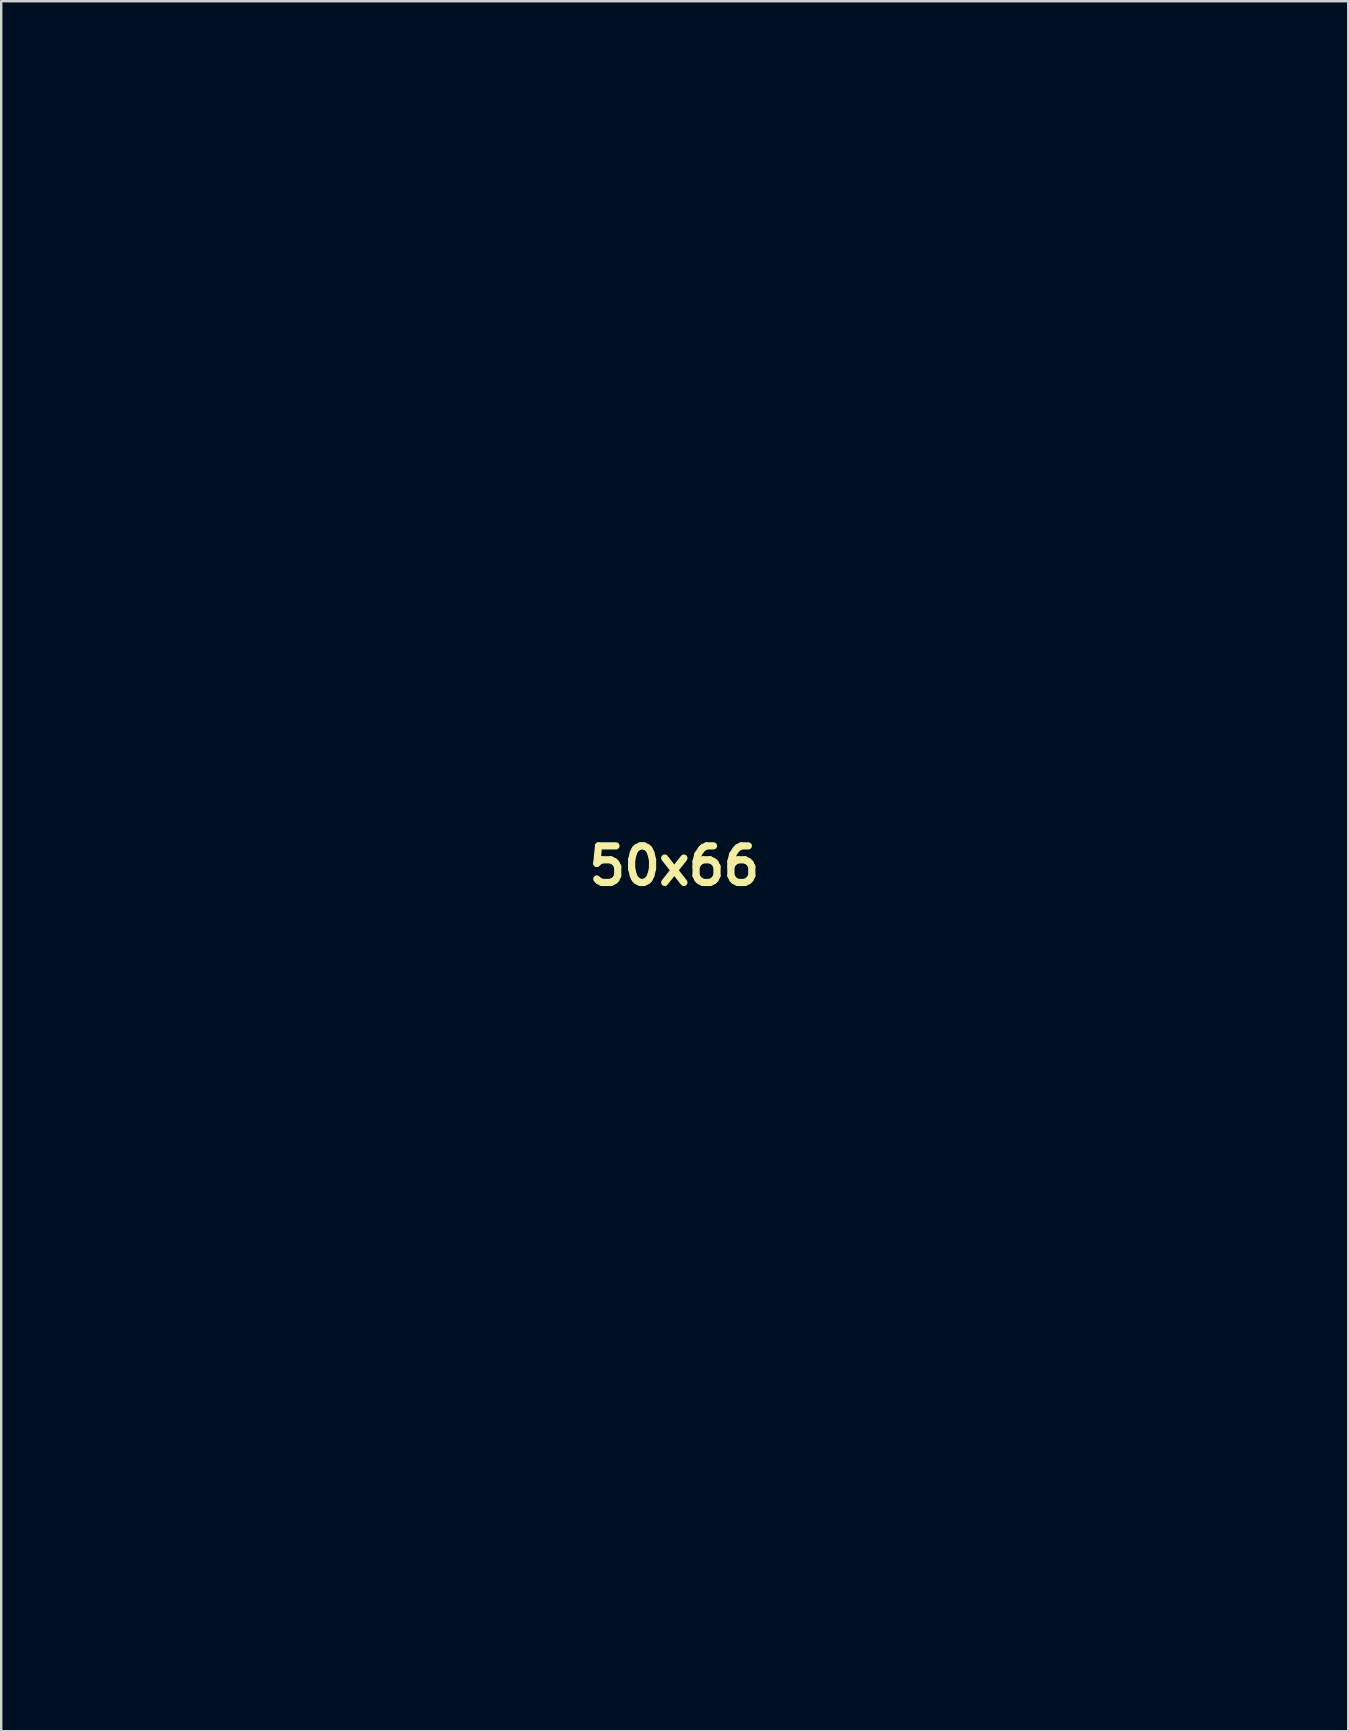
<source format=kicad_pcb>
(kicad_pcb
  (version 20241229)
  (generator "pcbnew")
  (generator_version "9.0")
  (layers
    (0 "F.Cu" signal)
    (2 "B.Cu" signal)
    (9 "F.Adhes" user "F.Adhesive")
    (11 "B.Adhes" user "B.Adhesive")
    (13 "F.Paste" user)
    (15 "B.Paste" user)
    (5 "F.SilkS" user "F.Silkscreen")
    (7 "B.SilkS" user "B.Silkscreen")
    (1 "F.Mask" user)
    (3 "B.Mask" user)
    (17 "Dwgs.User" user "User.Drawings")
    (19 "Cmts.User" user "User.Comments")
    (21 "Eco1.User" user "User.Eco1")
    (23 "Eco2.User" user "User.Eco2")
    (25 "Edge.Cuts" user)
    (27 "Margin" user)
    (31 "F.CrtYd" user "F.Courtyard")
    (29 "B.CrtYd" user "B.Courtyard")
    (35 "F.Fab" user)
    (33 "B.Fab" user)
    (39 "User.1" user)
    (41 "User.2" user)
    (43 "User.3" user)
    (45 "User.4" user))
  (footprint "50x66"
    (layer "F.Cu")
    (at 25.047 33.031)
    (property "Reference" "50x66" (at 0 0 0) (layer "F.SilkS") (effects (font (size 1.524 1.524) (thickness 0.3))))
    (attr board_only exclude_from_pos_files exclude_from_bom)
    (fp_poly (pts (xy 0.398 -32.981) (xy 0.987 -32.981) (xy 1.569 -32.98) (xy 2.139 -32.979) (xy 2.695 -32.978) (xy 3.232 -32.977) (xy 3.745 -32.975) (xy 4.231 -32.973) (xy 4.685 -32.971) (xy 5.104 -32.968) (xy 5.482 -32.965) (xy 5.817 -32.962) (xy 6.104 -32.959) (xy 6.338 -32.955) (xy 6.516 -32.951) (xy 6.634 -32.947) (xy 6.675 -32.944) (xy 7.293 -32.849) (xy 7.903 -32.69) (xy 8.496 -32.472) (xy 9.061 -32.197) (xy 9.325 -32.043) (xy 9.826 -31.693) (xy 10.296 -31.288) (xy 10.727 -30.836) (xy 11.113 -30.344) (xy 11.448 -29.821) (xy 11.721 -29.278) (xy 11.934 -28.728) (xy 12.085 -28.18) (xy 12.176 -27.623) (xy 12.211 -27.043) (xy 12.211 -26.966) (xy 12.212 -26.394) (xy 12.103 -26.164) (xy 11.945 -25.908) (xy 11.737 -25.69) (xy 11.489 -25.519) (xy 11.21 -25.401) (xy 11.09 -25.37) (xy 11.042 -25.367) (xy 10.929 -25.364) (xy 10.756 -25.361) (xy 10.524 -25.359) (xy 10.238 -25.356) (xy 9.899 -25.354) (xy 9.511 -25.352) (xy 9.078 -25.35) (xy 8.602 -25.348) (xy 8.086 -25.346) (xy 7.533 -25.344) (xy 6.947 -25.343) (xy 6.331 -25.341) (xy 5.687 -25.34) (xy 5.019 -25.339) (xy 4.33 -25.338) (xy 3.623 -25.337) (xy 2.9 -25.337) (xy 2.166 -25.336) (xy 1.423 -25.336) (xy 0.674 -25.335) (xy -0.078 -25.335) (xy -0.83 -25.335) (xy -1.578 -25.336) (xy -2.319 -25.336) (xy -3.051 -25.336) (xy -3.77 -25.337) (xy -4.474 -25.338) (xy -5.159 -25.339) (xy -5.822 -25.34) (xy -6.459 -25.341) (xy -7.069 -25.342) (xy -7.648 -25.344) (xy -8.193 -25.345) (xy -8.7 -25.347) (xy -9.167 -25.349) (xy -9.59 -25.351) (xy -9.967 -25.353) (xy -10.294 -25.355) (xy -10.569 -25.358) (xy -10.788 -25.361) (xy -10.948 -25.363) (xy -11.046 -25.366) (xy -11.077 -25.369) (xy -11.355 -25.457) (xy -11.607 -25.601) (xy -11.825 -25.795) (xy -12.001 -26.031) (xy -12.129 -26.299) (xy -12.183 -26.493) (xy -12.204 -26.612) (xy -12.217 -26.722) (xy -12.22 -26.842) (xy -12.215 -26.99) (xy -12.201 -27.182) (xy -12.197 -27.231) (xy -12.133 -27.783) (xy -12.031 -28.295) (xy -11.886 -28.785) (xy -11.694 -29.27) (xy -11.574 -29.527) (xy -11.26 -30.089) (xy -10.896 -30.609) (xy -10.484 -31.084) (xy -10.028 -31.512) (xy -9.533 -31.89) (xy -9 -32.217) (xy -8.434 -32.489) (xy -7.838 -32.704) (xy -7.215 -32.859) (xy -6.663 -32.944) (xy -6.589 -32.948) (xy -6.451 -32.952) (xy -6.254 -32.956) (xy -6.003 -32.96) (xy -5.7 -32.963) (xy -5.351 -32.966) (xy -4.959 -32.969) (xy -4.529 -32.971) (xy -4.064 -32.973) (xy -3.569 -32.975) (xy -3.047 -32.977) (xy -2.504 -32.978) (xy -1.943 -32.979) (xy -1.368 -32.98) (xy -0.784 -32.981) (xy -0.194 -32.981)) (stroke (width 0.1) (type solid)) (fill no) (layer "Eco1.User"))
    (fp_poly (pts (xy 21.958 -23.089) (xy 22.135 -23.085) (xy 22.277 -23.077) (xy 22.398 -23.063) (xy 22.513 -23.041) (xy 22.617 -23.016) (xy 23.058 -22.871) (xy 23.465 -22.667) (xy 23.837 -22.408) (xy 24.122 -22.145) (xy 24.389 -21.835) (xy 24.603 -21.513) (xy 24.774 -21.163) (xy 24.909 -20.769) (xy 24.924 -20.718) (xy 25.013 -20.397) (xy 25.022 -10.418) (xy 25.031 -0.438) (xy 23.076 -0.438) (xy 23.076 -10.184) (xy 23.076 -11.251) (xy 23.075 -12.252) (xy 23.075 -13.187) (xy 23.074 -14.059) (xy 23.073 -14.867) (xy 23.072 -15.613) (xy 23.071 -16.297) (xy 23.069 -16.922) (xy 23.068 -17.488) (xy 23.066 -17.996) (xy 23.064 -18.447) (xy 23.061 -18.842) (xy 23.059 -19.182) (xy 23.056 -19.469) (xy 23.053 -19.703) (xy 23.049 -19.885) (xy 23.046 -20.017) (xy 23.042 -20.099) (xy 23.039 -20.128) (xy 22.954 -20.415) (xy 22.814 -20.666) (xy 22.623 -20.876) (xy 22.383 -21.041) (xy 22.343 -21.061) (xy 22.227 -21.114) (xy 22.126 -21.148) (xy 22.016 -21.168) (xy 21.874 -21.18) (xy 21.788 -21.184) (xy 21.288 -21.173) (xy 20.771 -21.102) (xy 20.247 -20.974) (xy 19.724 -20.792) (xy 19.212 -20.559) (xy 18.719 -20.278) (xy 18.477 -20.116) (xy 18.298 -19.977) (xy 18.092 -19.796) (xy 17.874 -19.589) (xy 17.656 -19.367) (xy 17.453 -19.145) (xy 17.277 -18.936) (xy 17.172 -18.797) (xy 16.895 -18.359) (xy 16.649 -17.872) (xy 16.439 -17.35) (xy 16.272 -16.809) (xy 16.231 -16.641) (xy 16.156 -16.321) (xy 16.146 -6.847) (xy 16.135 2.628) (xy 25.03 2.628) (xy 25.021 13.753) (xy 25.021 14.783) (xy 25.02 15.747) (xy 25.019 16.649) (xy 25.018 17.49) (xy 25.017 18.272) (xy 25.016 18.997) (xy 25.015 19.668) (xy 25.014 20.287) (xy 25.013 20.856) (xy 25.012 21.377) (xy 25.011 21.853) (xy 25.01 22.284) (xy 25.008 22.675) (xy 25.006 23.026) (xy 25.005 23.34) (xy 25.003 23.619) (xy 25.001 23.866) (xy 24.998 24.082) (xy 24.996 24.27) (xy 24.993 24.431) (xy 24.99 24.569) (xy 24.987 24.684) (xy 24.983 24.78) (xy 24.98 24.858) (xy 24.976 24.921) (xy 24.971 24.971) (xy 24.967 25.009) (xy 24.962 25.039) (xy 24.957 25.062) (xy 24.954 25.072) (xy 24.811 25.435) (xy 24.615 25.758) (xy 24.37 26.038) (xy 24.079 26.272) (xy 23.744 26.455) (xy 23.623 26.504) (xy 23.529 26.537) (xy 23.44 26.561) (xy 23.344 26.577) (xy 23.223 26.587) (xy 23.064 26.593) (xy 22.857 26.598) (xy 22.663 26.6) (xy 22.485 26.6) (xy 22.336 26.598) (xy 22.232 26.594) (xy 22.2 26.592) (xy 21.939 26.561) (xy 21.729 26.534) (xy 21.554 26.51) (xy 21.399 26.485) (xy 21.246 26.457) (xy 21.155 26.44) (xy 20.435 26.263) (xy 19.728 26.023) (xy 19.04 25.722) (xy 18.378 25.363) (xy 17.746 24.949) (xy 17.151 24.484) (xy 16.669 24.043) (xy 16.141 23.473) (xy 15.669 22.868) (xy 15.254 22.227) (xy 14.897 21.552) (xy 14.598 20.843) (xy 14.357 20.101) (xy 14.175 19.326) (xy 14.125 19.05) (xy 14.121 19.021) (xy 14.117 18.988) (xy 14.112 18.949) (xy 14.109 18.904) (xy 14.105 18.85) (xy 14.101 18.786) (xy 14.098 18.709) (xy 14.095 18.618) (xy 14.092 18.512) (xy 14.09 18.388) (xy 14.087 18.245) (xy 14.085 18.081) (xy 14.083 17.894) (xy 14.081 17.683) (xy 14.079 17.446) (xy 14.077 17.18) (xy 14.075 16.886) (xy 14.074 16.559) (xy 14.073 16.2) (xy 14.072 15.805) (xy 14.07 15.374) (xy 14.07 14.905) (xy 14.069 14.395) (xy 14.068 13.844) (xy 14.067 13.249) (xy 14.067 12.608) (xy 14.066 11.921) (xy 14.066 11.185) (xy 14.065 10.398) (xy 14.065 9.558) (xy 14.065 8.665) (xy 14.065 7.716) (xy 14.065 6.709) (xy 14.064 5.643) (xy 14.064 4.516) (xy 14.064 3.327) (xy 14.064 2.072) (xy 14.064 1.246) (xy 14.064 -16.187) (xy 14.141 -16.608) (xy 14.304 -17.325) (xy 14.526 -18.015) (xy 14.806 -18.674) (xy 15.142 -19.3) (xy 15.53 -19.889) (xy 15.969 -20.44) (xy 16.457 -20.948) (xy 16.992 -21.412) (xy 17.57 -21.827) (xy 18.191 -22.191) (xy 18.41 -22.302) (xy 19.061 -22.588) (xy 19.712 -22.808) (xy 20.371 -22.963) (xy 21.043 -23.057) (xy 21.728 -23.089)) (stroke (width 0.1) (type solid)) (fill no) (layer "Eco1.User"))
    (fp_poly (pts (xy -21.308 -23.078) (xy -20.908 -23.048) (xy -20.52 -22.994) (xy -20.116 -22.912) (xy -19.897 -22.859) (xy -19.205 -22.65) (xy -18.541 -22.38) (xy -17.907 -22.051) (xy -17.307 -21.665) (xy -16.743 -21.224) (xy -16.217 -20.729) (xy -15.732 -20.182) (xy -15.545 -19.942) (xy -15.152 -19.363) (xy -14.814 -18.747) (xy -14.531 -18.094) (xy -14.304 -17.403) (xy -14.131 -16.673) (xy -14.109 -16.552) (xy -14.031 -16.119) (xy -14.031 1.213) (xy -14.031 2.545) (xy -14.031 3.811) (xy -14.031 5.013) (xy -14.031 6.153) (xy -14.031 7.231) (xy -14.032 8.249) (xy -14.032 9.21) (xy -14.033 10.113) (xy -14.033 10.962) (xy -14.034 11.758) (xy -14.035 12.501) (xy -14.036 13.194) (xy -14.036 13.838) (xy -14.038 14.435) (xy -14.039 14.987) (xy -14.04 15.494) (xy -14.041 15.958) (xy -14.043 16.382) (xy -14.045 16.766) (xy -14.046 17.112) (xy -14.048 17.421) (xy -14.05 17.696) (xy -14.052 17.937) (xy -14.055 18.146) (xy -14.057 18.326) (xy -14.06 18.476) (xy -14.062 18.599) (xy -14.065 18.697) (xy -14.068 18.771) (xy -14.072 18.822) (xy -14.074 18.848) (xy -14.215 19.624) (xy -14.41 20.362) (xy -14.66 21.066) (xy -14.968 21.743) (xy -15.336 22.397) (xy -15.767 23.032) (xy -15.862 23.16) (xy -16.015 23.348) (xy -16.208 23.566) (xy -16.429 23.802) (xy -16.666 24.042) (xy -16.906 24.275) (xy -17.137 24.488) (xy -17.346 24.669) (xy -17.467 24.765) (xy -18.111 25.215) (xy -18.773 25.601) (xy -19.457 25.924) (xy -20.166 26.187) (xy -20.905 26.39) (xy -21.627 26.528) (xy -21.828 26.553) (xy -22.061 26.574) (xy -22.312 26.588) (xy -22.569 26.597) (xy -22.817 26.6) (xy -23.043 26.597) (xy -23.235 26.588) (xy -23.378 26.571) (xy -23.42 26.563) (xy -23.768 26.44) (xy -24.084 26.261) (xy -24.364 26.028) (xy -24.603 25.747) (xy -24.797 25.421) (xy -24.916 25.131) (xy -24.922 25.112) (xy -24.927 25.09) (xy -24.932 25.062) (xy -24.937 25.026) (xy -24.942 24.98) (xy -24.946 24.923) (xy -24.95 24.85) (xy -24.953 24.761) (xy -24.956 24.654) (xy -24.959 24.526) (xy -24.962 24.374) (xy -24.965 24.198) (xy -24.967 23.994) (xy -24.969 23.76) (xy -24.971 23.495) (xy -24.973 23.196) (xy -24.974 22.861) (xy -24.976 22.487) (xy -24.977 22.074) (xy -24.979 21.617) (xy -24.98 21.116) (xy -24.981 20.568) (xy -24.982 19.971) (xy -24.983 19.323) (xy -24.983 18.621) (xy -24.984 17.864) (xy -24.985 17.048) (xy -24.986 16.173) (xy -24.987 15.236) (xy -24.987 14.235) (xy -24.988 13.786) (xy -24.996 2.628) (xy -16.102 2.628) (xy -16.103 -6.628) (xy -16.103 -7.579) (xy -16.103 -8.465) (xy -16.103 -9.288) (xy -16.103 -10.052) (xy -16.104 -10.758) (xy -16.104 -11.408) (xy -16.105 -12.007) (xy -16.106 -12.554) (xy -16.107 -13.055) (xy -16.108 -13.509) (xy -16.11 -13.921) (xy -16.112 -14.292) (xy -16.115 -14.626) (xy -16.118 -14.924) (xy -16.122 -15.188) (xy -16.126 -15.423) (xy -16.131 -15.629) (xy -16.136 -15.809) (xy -16.142 -15.966) (xy -16.149 -16.102) (xy -16.157 -16.219) (xy -16.165 -16.321) (xy -16.174 -16.409) (xy -16.184 -16.486) (xy -16.195 -16.555) (xy -16.207 -16.617) (xy -16.22 -16.675) (xy -16.234 -16.733) (xy -16.249 -16.791) (xy -16.265 -16.853) (xy -16.268 -16.867) (xy -16.455 -17.465) (xy -16.698 -18.031) (xy -16.996 -18.56) (xy -17.344 -19.05) (xy -17.741 -19.498) (xy -18.182 -19.901) (xy -18.666 -20.257) (xy -19.187 -20.562) (xy -19.745 -20.813) (xy -20.335 -21.007) (xy -20.684 -21.091) (xy -20.864 -21.125) (xy -21.041 -21.147) (xy -21.238 -21.161) (xy -21.473 -21.168) (xy -21.577 -21.169) (xy -21.779 -21.17) (xy -21.928 -21.168) (xy -22.035 -21.163) (xy -22.116 -21.152) (xy -22.182 -21.133) (xy -22.247 -21.105) (xy -22.308 -21.075) (xy -22.546 -20.918) (xy -22.751 -20.71) (xy -22.911 -20.463) (xy -22.917 -20.449) (xy -23.025 -20.23) (xy -23.034 -10.334) (xy -23.042 -0.438) (xy -24.997 -0.438) (xy -24.988 -10.451) (xy -24.979 -20.465) (xy -24.903 -20.734) (xy -24.743 -21.181) (xy -24.529 -21.591) (xy -24.264 -21.961) (xy -23.952 -22.288) (xy -23.597 -22.567) (xy -23.202 -22.795) (xy -22.772 -22.969) (xy -22.621 -23.014) (xy -22.51 -23.041) (xy -22.402 -23.061) (xy -22.284 -23.074) (xy -22.139 -23.082) (xy -21.954 -23.086) (xy -21.745 -23.087)) (stroke (width 0.1) (type solid)) (fill no) (layer "Eco1.User"))
    (fp_poly (pts (xy 4.404 -23.577) (xy 4.855 -23.576) (xy 5.262 -23.575) (xy 5.627 -23.573) (xy 5.953 -23.57) (xy 6.242 -23.567) (xy 6.497 -23.564) (xy 6.722 -23.559) (xy 6.919 -23.554) (xy 7.09 -23.548) (xy 7.239 -23.542) (xy 7.368 -23.534) (xy 7.48 -23.526) (xy 7.579 -23.516) (xy 7.666 -23.506) (xy 7.745 -23.494) (xy 7.818 -23.482) (xy 7.889 -23.468) (xy 7.959 -23.453) (xy 7.986 -23.447) (xy 8.533 -23.295) (xy 9.067 -23.082) (xy 9.58 -22.814) (xy 10.063 -22.495) (xy 10.505 -22.132) (xy 10.899 -21.73) (xy 10.9 -21.728) (xy 11.266 -21.258) (xy 11.578 -20.751) (xy 11.836 -20.205) (xy 12.041 -19.618) (xy 12.136 -19.261) (xy 12.21 -18.949) (xy 12.22 -9.634) (xy 12.221 -8.603) (xy 12.221 -7.638) (xy 12.222 -6.738) (xy 12.222 -5.902) (xy 12.222 -5.128) (xy 12.222 -4.415) (xy 12.221 -3.762) (xy 12.22 -3.167) (xy 12.219 -2.63) (xy 12.218 -2.149) (xy 12.216 -1.723) (xy 12.214 -1.35) (xy 12.212 -1.03) (xy 12.209 -0.761) (xy 12.206 -0.542) (xy 12.203 -0.371) (xy 12.2 -0.248) (xy 12.196 -0.17) (xy 12.193 -0.142) (xy 12.107 0.128) (xy 11.969 0.398) (xy 11.79 0.651) (xy 11.58 0.874) (xy 11.352 1.05) (xy 11.266 1.1) (xy 11.174 1.149) (xy 11.093 1.191) (xy 11.017 1.225) (xy 10.939 1.253) (xy 10.854 1.276) (xy 10.754 1.294) (xy 10.633 1.309) (xy 10.485 1.319) (xy 10.304 1.328) (xy 10.082 1.334) (xy 9.814 1.339) (xy 9.493 1.344) (xy 9.112 1.349) (xy 9.011 1.35) (xy 8.59 1.356) (xy 8.229 1.362) (xy 7.92 1.369) (xy 7.655 1.377) (xy 7.428 1.388) (xy 7.231 1.4) (xy 7.056 1.416) (xy 6.896 1.436) (xy 6.742 1.46) (xy 6.588 1.489) (xy 6.427 1.524) (xy 6.25 1.564) (xy 6.232 1.568) (xy 5.714 1.712) (xy 5.181 1.901) (xy 4.653 2.127) (xy 4.149 2.382) (xy 3.689 2.656) (xy 3.638 2.689) (xy 3.043 3.126) (xy 2.494 3.609) (xy 1.994 4.136) (xy 1.545 4.703) (xy 1.15 5.307) (xy 0.81 5.944) (xy 0.529 6.612) (xy 0.309 7.306) (xy 0.287 7.391) (xy 0.261 7.49) (xy 0.237 7.58) (xy 0.215 7.664) (xy 0.194 7.743) (xy 0.176 7.822) (xy 0.159 7.903) (xy 0.144 7.988) (xy 0.13 8.08) (xy 0.117 8.183) (xy 0.106 8.299) (xy 0.097 8.431) (xy 0.088 8.582) (xy 0.081 8.755) (xy 0.074 8.951) (xy 0.069 9.176) (xy 0.064 9.43) (xy 0.06 9.717) (xy 0.057 10.04) (xy 0.055 10.401) (xy 0.053 10.803) (xy 0.052 11.25) (xy 0.051 11.744) (xy 0.051 12.288) (xy 0.05 12.884) (xy 0.05 13.536) (xy 0.05 14.246) (xy 0.05 15.018) (xy 0.051 15.853) (xy 0.051 16.037) (xy 0.051 23.468) (xy 0.14 23.603) (xy 0.191 23.676) (xy 0.243 23.734) (xy 0.304 23.779) (xy 0.382 23.813) (xy 0.486 23.838) (xy 0.622 23.855) (xy 0.799 23.865) (xy 1.026 23.872) (xy 1.31 23.877) (xy 1.387 23.878) (xy 1.711 23.88) (xy 1.98 23.878) (xy 2.191 23.873) (xy 2.34 23.863) (xy 2.423 23.851) (xy 2.57 23.786) (xy 2.708 23.681) (xy 2.816 23.556) (xy 2.852 23.49) (xy 2.857 23.468) (xy 2.862 23.428) (xy 2.866 23.365) (xy 2.87 23.28) (xy 2.874 23.167) (xy 2.877 23.026) (xy 2.88 22.854) (xy 2.883 22.648) (xy 2.886 22.407) (xy 2.888 22.126) (xy 2.89 21.805) (xy 2.891 21.44) (xy 2.893 21.029) (xy 2.894 20.57) (xy 2.895 20.06) (xy 2.896 19.497) (xy 2.896 18.878) (xy 2.897 18.202) (xy 2.897 17.464) (xy 2.898 16.664) (xy 2.898 15.994) (xy 2.898 15.149) (xy 2.898 14.369) (xy 2.897 13.65) (xy 2.898 12.991) (xy 2.898 12.388) (xy 2.898 11.84) (xy 2.899 11.342) (xy 2.9 10.893) (xy 2.902 10.49) (xy 2.904 10.13) (xy 2.907 9.81) (xy 2.911 9.528) (xy 2.915 9.281) (xy 2.92 9.066) (xy 2.926 8.881) (xy 2.933 8.722) (xy 2.941 8.588) (xy 2.951 8.475) (xy 2.961 8.382) (xy 2.973 8.304) (xy 2.987 8.239) (xy 3.001 8.186) (xy 3.018 8.14) (xy 3.036 8.1) (xy 3.055 8.062) (xy 3.077 8.024) (xy 3.1 7.983) (xy 3.125 7.937) (xy 3.125 7.937) (xy 3.304 7.665) (xy 3.535 7.422) (xy 3.807 7.22) (xy 4.107 7.066) (xy 4.331 6.991) (xy 4.403 6.981) (xy 4.536 6.972) (xy 4.725 6.964) (xy 4.964 6.957) (xy 5.245 6.951) (xy 5.564 6.946) (xy 5.914 6.942) (xy 6.29 6.938) (xy 6.684 6.936) (xy 7.092 6.934) (xy 7.507 6.934) (xy 7.923 6.934) (xy 8.334 6.935) (xy 8.735 6.937) (xy 9.119 6.941) (xy 9.479 6.945) (xy 9.811 6.949) (xy 10.108 6.955) (xy 10.364 6.962) (xy 10.573 6.97) (xy 10.729 6.978) (xy 10.826 6.988) (xy 10.844 6.991) (xy 11.141 7.094) (xy 11.42 7.253) (xy 11.671 7.459) (xy 11.886 7.702) (xy 12.055 7.974) (xy 12.169 8.265) (xy 12.193 8.362) (xy 12.197 8.405) (xy 12.2 8.493) (xy 12.204 8.629) (xy 12.207 8.814) (xy 12.209 9.049) (xy 12.212 9.334) (xy 12.214 9.672) (xy 12.216 10.062) (xy 12.218 10.507) (xy 12.219 11.008) (xy 12.22 11.565) (xy 12.221 12.18) (xy 12.222 12.854) (xy 12.222 13.588) (xy 12.222 14.383) (xy 12.222 15.241) (xy 12.222 16.162) (xy 12.221 17.147) (xy 12.22 18.199) (xy 12.22 18.612) (xy 12.21 28.684) (xy 12.121 29.038) (xy 11.94 29.631) (xy 11.707 30.182) (xy 11.421 30.692) (xy 11.084 31.158) (xy 10.695 31.582) (xy 10.255 31.962) (xy 9.98 32.159) (xy 9.519 32.433) (xy 9.017 32.663) (xy 8.469 32.849) (xy 8.152 32.933) (xy 8.122 32.94) (xy 8.088 32.946) (xy 8.046 32.952) (xy 7.995 32.957) (xy 7.932 32.962) (xy 7.853 32.967) (xy 7.758 32.971) (xy 7.642 32.974) (xy 7.503 32.978) (xy 7.339 32.981) (xy 7.146 32.983) (xy 6.923 32.986) (xy 6.667 32.988) (xy 6.374 32.99) (xy 6.043 32.991) (xy 5.671 32.993) (xy 5.255 32.994) (xy 4.792 32.995) (xy 4.28 32.996) (xy 3.717 32.997) (xy 3.099 32.998) (xy 2.423 32.999) (xy 1.688 33) (xy 0.891 33.001) (xy 0.118 33.001) (xy -0.738 33.002) (xy -1.53 33.003) (xy -2.259 33.003) (xy -2.929 33.004) (xy -3.543 33.004) (xy -4.102 33.004) (xy -4.61 33.004) (xy -5.069 33.003) (xy -5.483 33.003) (xy -5.852 33.002) (xy -6.182 33.001) (xy -6.473 32.999) (xy -6.729 32.997) (xy -6.952 32.995) (xy -7.145 32.993) (xy -7.311 32.99) (xy -7.452 32.987) (xy -7.571 32.984) (xy -7.671 32.98) (xy -7.754 32.975) (xy -7.823 32.97) (xy -7.881 32.965) (xy -7.93 32.959) (xy -7.974 32.953) (xy -8.007 32.948) (xy -8.566 32.815) (xy -9.104 32.622) (xy -9.614 32.37) (xy -10.092 32.065) (xy -10.533 31.709) (xy -10.933 31.307) (xy -11.286 30.861) (xy -11.587 30.376) (xy -11.647 30.262) (xy -11.879 29.744) (xy -12.048 29.214) (xy -12.158 28.662) (xy -12.196 28.333) (xy -12.198 28.278) (xy -12.201 28.173) (xy -12.203 28.018) (xy -12.205 27.812) (xy -12.207 27.555) (xy -12.209 27.246) (xy -12.211 26.884) (xy -12.213 26.469) (xy -12.214 26) (xy -12.216 25.476) (xy -12.217 24.897) (xy -12.218 24.262) (xy -12.219 23.571) (xy -12.22 22.822) (xy -12.221 22.016) (xy -12.222 21.151) (xy -12.222 20.227) (xy -12.223 19.243) (xy -12.223 18.199) (xy -12.223 17.094) (xy -12.223 15.927) (xy -12.223 14.697) (xy -12.223 13.405) (xy -12.223 12.05) (xy -12.223 10.629) (xy -12.222 9.145) (xy -12.222 7.594) (xy -12.221 5.977) (xy -12.22 4.565) (xy -12.22 3.058) (xy -12.219 1.618) (xy -12.218 0.242) (xy -12.217 -1.07) (xy -12.217 -2.322) (xy -12.216 -3.513) (xy -12.215 -4.647) (xy -12.215 -5.723) (xy -12.214 -6.743) (xy -12.213 -7.71) (xy -12.212 -8.624) (xy -12.212 -9.487) (xy -12.211 -10.301) (xy -12.21 -11.067) (xy -12.209 -11.786) (xy -12.208 -12.46) (xy -12.207 -13.091) (xy -12.206 -13.679) (xy -12.205 -14.227) (xy -12.204 -14.736) (xy -12.202 -15.207) (xy -12.201 -15.642) (xy -12.2 -16.042) (xy -12.198 -16.409) (xy -12.197 -16.745) (xy -12.195 -17.05) (xy -12.193 -17.327) (xy -12.192 -17.577) (xy -12.19 -17.801) (xy -12.188 -18) (xy -12.186 -18.177) (xy -12.183 -18.333) (xy -12.181 -18.469) (xy -12.179 -18.587) (xy -12.176 -18.687) (xy -12.173 -18.773) (xy -12.17 -18.845) (xy -12.167 -18.904) (xy -12.164 -18.953) (xy -12.161 -18.993) (xy -12.157 -19.024) (xy -12.154 -19.049) (xy -12.15 -19.067) (xy -11.999 -19.676) (xy -11.8 -20.239) (xy -11.553 -20.76) (xy -11.254 -21.244) (xy -10.902 -21.695) (xy -10.632 -21.984) (xy -10.196 -22.378) (xy -9.73 -22.715) (xy -9.23 -22.999) (xy -8.692 -23.23) (xy -8.112 -23.411) (xy -7.714 -23.503) (xy -7.678 -23.509) (xy -7.635 -23.515) (xy -7.582 -23.521) (xy -7.518 -23.526) (xy -7.439 -23.531) (xy -7.342 -23.535) (xy -7.225 -23.539) (xy -7.085 -23.543) (xy -6.92 -23.546) (xy -6.725 -23.549) (xy -6.5 -23.552) (xy -6.24 -23.554) (xy -5.944 -23.556) (xy -5.608 -23.559) (xy -5.23 -23.56) (xy -4.806 -23.562) (xy -4.335 -23.564) (xy -3.814 -23.565) (xy -3.239 -23.567) (xy -2.608 -23.568) (xy -1.918 -23.569) (xy -1.167 -23.571) (xy -0.351 -23.572) (xy -0.253 -23.572) (xy 0.592 -23.574) (xy 1.372 -23.575) (xy 2.091 -23.576) (xy 2.75 -23.577) (xy 3.354 -23.577) (xy 3.904 -23.577)) (stroke (width 0.1) (type solid)) (fill no) (layer "Eco1.User")))
  (gr_rect
    (start -3 -3)
    (end 53.127 69.085)
    (stroke (width 0.1) (type default))
    (fill no)
    (layer "Edge.Cuts")))
</source>
